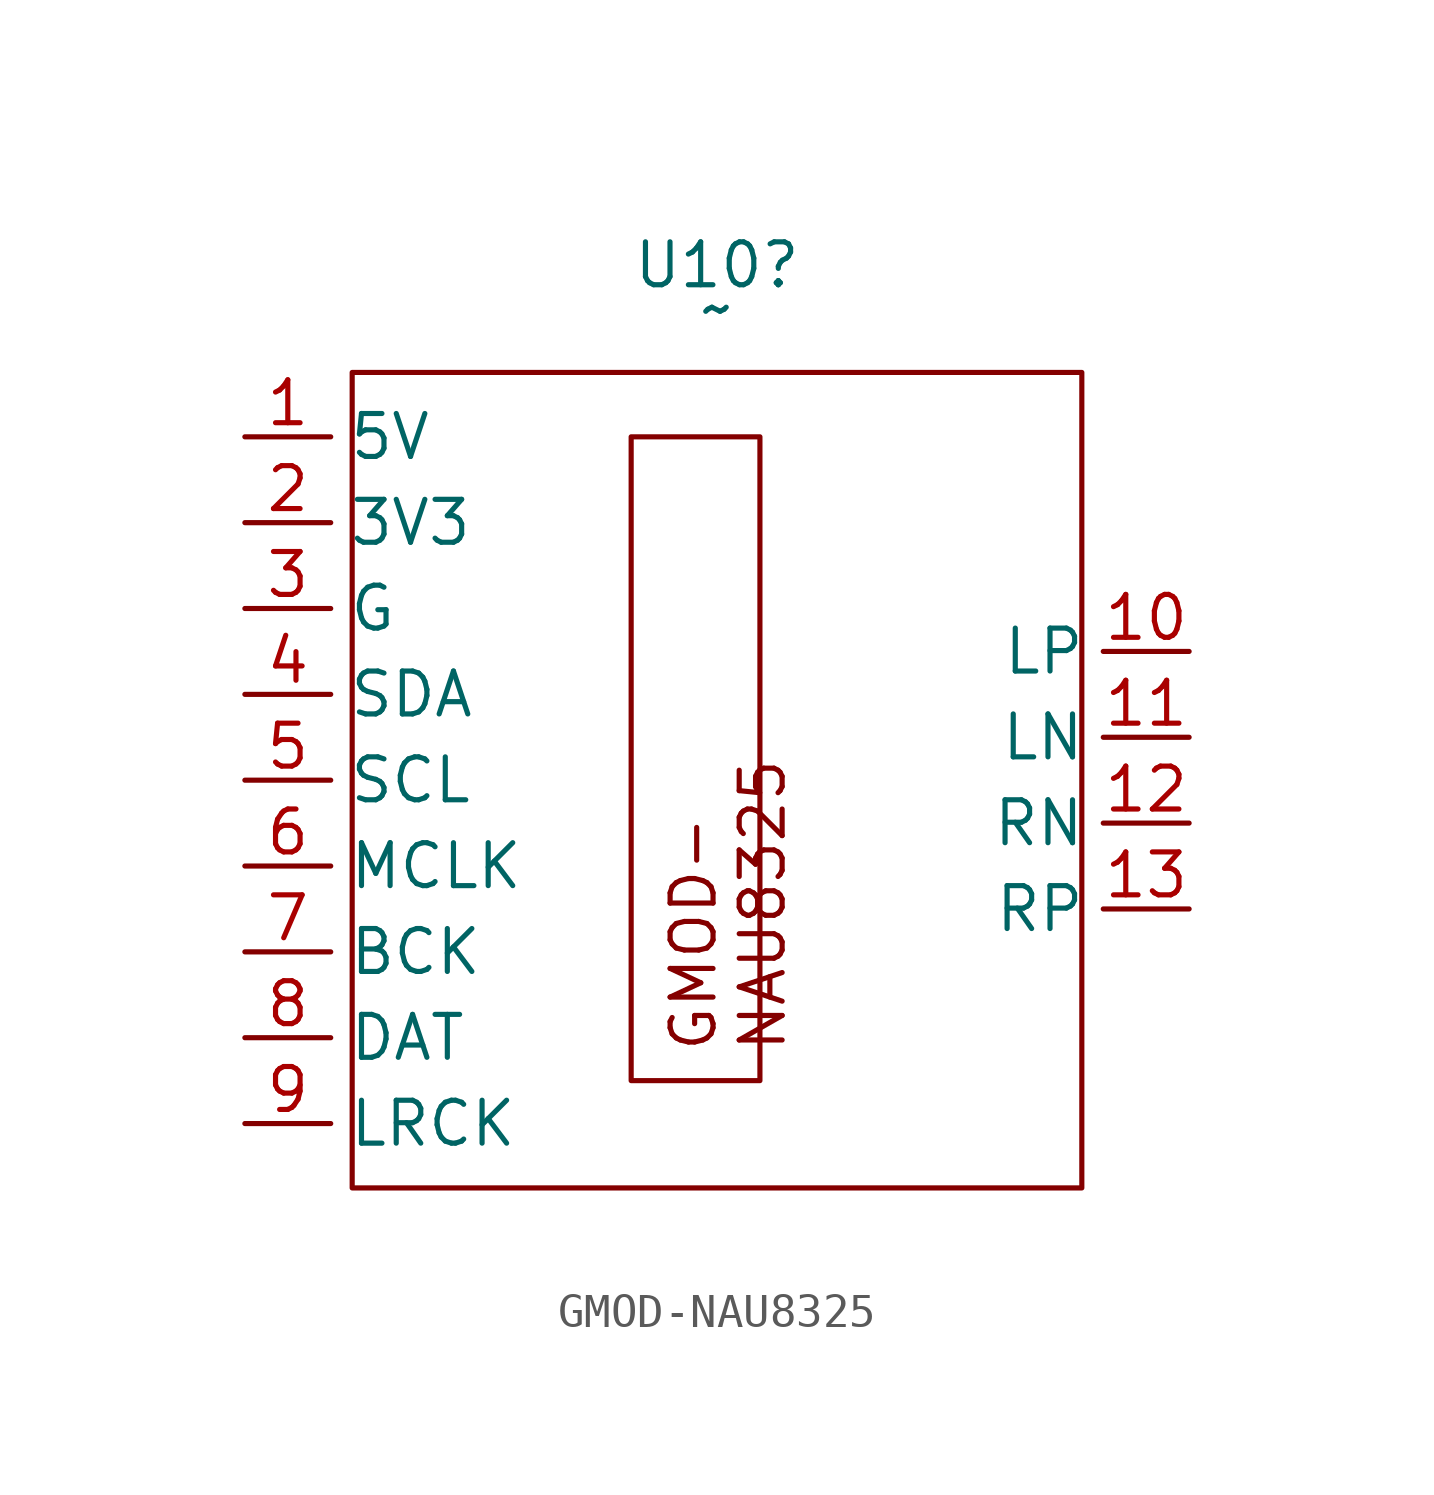
<source format=kicad_sym>
(kicad_symbol_lib
  (version 20241209)
  (generator "kicad_symbol_editor")
  (generator_version "9.0")
  (symbol "GMOD-NAU8325"
    (property "Reference" "U10"
      (at 0 15.24 0)
      (effects (font (size 1.27 1.27))))
    (property "Value" "~"
      (at 0 13.97 0)
      (effects (font (size 1.27 1.27))))
    (symbol "GMOD-NAU8325_0_1"
      (rectangle (start -10.795 12.065) (end 10.795 -12.065) (stroke (width 0) (type default)) (fill (type none))))
    (symbol "GMOD-NAU8325_1_1"
      (text_box "GMOD- NAU8325\n" (at -2.54 10.16 90) (size 3.81 -19.05) (margins 1.1 1.778 0.3 0.8) (stroke (width 0) (type solid)) (fill (type none)) (effects (font (size 1.27 1.27)) (justify left top)))
      (pin power_in line (at -13.97 10.16 0) (length 2.54) (name "5V" (effects (font (size 1.27 1.27)))) (number "1" (effects (font (size 1.27 1.27)))))
      (pin power_in line (at -13.97 7.62 0) (length 2.54) (name "3V3" (effects (font (size 1.27 1.27)))) (number "2" (effects (font (size 1.27 1.27)))))
      (pin bidirectional line (at -13.97 5.08 0) (length 2.54) (name "G" (effects (font (size 1.27 1.27)))) (number "3" (effects (font (size 1.27 1.27)))))
      (pin bidirectional line (at -13.97 2.54 0) (length 2.54) (name "SDA" (effects (font (size 1.27 1.27)))) (number "4" (effects (font (size 1.27 1.27)))))
      (pin bidirectional line (at -13.97 0 0) (length 2.54) (name "SCL" (effects (font (size 1.27 1.27)))) (number "5" (effects (font (size 1.27 1.27)))))
      (pin bidirectional line (at -13.97 -2.54 0) (length 2.54) (name "MCLK" (effects (font (size 1.27 1.27)))) (number "6" (effects (font (size 1.27 1.27)))))
      (pin bidirectional line (at -13.97 -5.08 0) (length 2.54) (name "BCK" (effects (font (size 1.27 1.27)))) (number "7" (effects (font (size 1.27 1.27)))))
      (pin bidirectional line (at -13.97 -7.62 0) (length 2.54) (name "DAT" (effects (font (size 1.27 1.27)))) (number "8" (effects (font (size 1.27 1.27)))))
      (pin bidirectional line (at -13.97 -10.16 0) (length 2.54) (name "LRCK" (effects (font (size 1.27 1.27)))) (number "9" (effects (font (size 1.27 1.27)))))
      (pin bidirectional line (at 13.97 3.81 180) (length 2.54) (name "LP" (effects (font (size 1.27 1.27)))) (number "10" (effects (font (size 1.27 1.27)))))
      (pin bidirectional line (at 13.97 1.27 180) (length 2.54) (name "LN" (effects (font (size 1.27 1.27)))) (number "11" (effects (font (size 1.27 1.27)))))
      (pin bidirectional line (at 13.97 -1.27 180) (length 2.54) (name "RN" (effects (font (size 1.27 1.27)))) (number "12" (effects (font (size 1.27 1.27)))))
      (pin bidirectional line (at 13.97 -3.81 180) (length 2.54) (name "RP" (effects (font (size 1.27 1.27)))) (number "13" (effects (font (size 1.27 1.27))))))))
</source>
